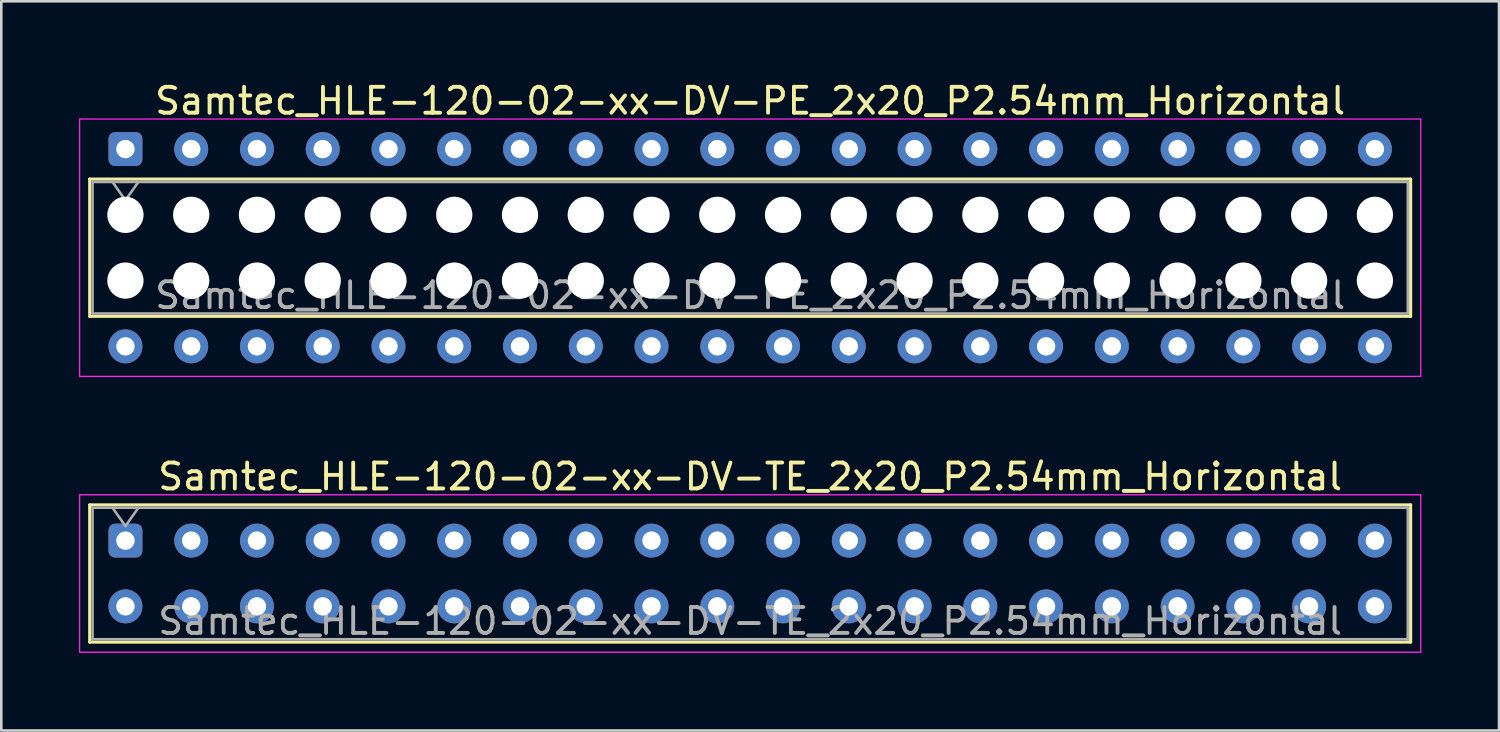
<source format=kicad_pcb>
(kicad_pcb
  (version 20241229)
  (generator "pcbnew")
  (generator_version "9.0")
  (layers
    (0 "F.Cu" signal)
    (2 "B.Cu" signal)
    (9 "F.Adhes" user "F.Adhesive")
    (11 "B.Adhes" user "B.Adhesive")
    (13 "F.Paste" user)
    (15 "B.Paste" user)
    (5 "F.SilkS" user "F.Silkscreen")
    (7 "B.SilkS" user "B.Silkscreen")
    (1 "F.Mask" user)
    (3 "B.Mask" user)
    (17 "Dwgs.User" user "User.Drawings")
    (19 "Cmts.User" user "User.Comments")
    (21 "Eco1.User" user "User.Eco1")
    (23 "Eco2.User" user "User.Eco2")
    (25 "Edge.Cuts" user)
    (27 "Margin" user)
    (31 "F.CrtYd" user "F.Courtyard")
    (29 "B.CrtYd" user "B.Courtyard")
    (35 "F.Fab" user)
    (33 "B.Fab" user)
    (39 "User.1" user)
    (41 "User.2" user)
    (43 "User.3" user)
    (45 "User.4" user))
  (footprint "Samtec_HLE-120-02-xx-DV-TE_2x20_P2.54mm_Horizontal"
    (layer "F.Cu")
    (at 1.795 17.831)
    (property "Reference" "Samtec_HLE-120-02-xx-DV-TE_2x20_P2.54mm_Horizontal" (at 24.13 -2.47 0) (layer "F.SilkS") (effects (font (size 1 1) (thickness 0.15))))
    (attr through_hole)
    (fp_line (start -1.38 -1.38) (end 49.64 -1.38) (stroke (width 0.12) (type solid)) (layer "F.SilkS"))
    (fp_line (start -1.38 3.92) (end -1.38 -1.38) (stroke (width 0.12) (type solid)) (layer "F.SilkS"))
    (fp_line (start 49.64 -1.38) (end 49.64 3.92) (stroke (width 0.12) (type solid)) (layer "F.SilkS"))
    (fp_line (start 49.64 3.92) (end -1.38 3.92) (stroke (width 0.12) (type solid)) (layer "F.SilkS"))
    (fp_line (start -1.77 -1.77) (end 50.03 -1.77) (stroke (width 0.05) (type solid)) (layer "F.CrtYd"))
    (fp_line (start -1.77 4.31) (end -1.77 -1.77) (stroke (width 0.05) (type solid)) (layer "F.CrtYd"))
    (fp_line (start 50.03 -1.77) (end 50.03 4.31) (stroke (width 0.05) (type solid)) (layer "F.CrtYd"))
    (fp_line (start 50.03 4.31) (end -1.77 4.31) (stroke (width 0.05) (type solid)) (layer "F.CrtYd"))
    (fp_line (start -1.27 -1.27) (end 49.53 -1.27) (stroke (width 0.1) (type solid)) (layer "F.Fab"))
    (fp_line (start -1.27 3.81) (end -1.27 -1.27) (stroke (width 0.1) (type solid)) (layer "F.Fab"))
    (fp_line (start -0.5 -1.27) (end 0 -0.563) (stroke (width 0.1) (type solid)) (layer "F.Fab"))
    (fp_line (start 0 -0.563) (end 0.5 -1.27) (stroke (width 0.1) (type solid)) (layer "F.Fab"))
    (fp_line (start 49.53 -1.27) (end 49.53 3.81) (stroke (width 0.1) (type solid)) (layer "F.Fab"))
    (fp_line (start 49.53 3.81) (end -1.27 3.81) (stroke (width 0.1) (type solid)) (layer "F.Fab"))
    (fp_text user "${REFERENCE}" (at 24.13 3.11 0) (layer "F.Fab") (effects (font (size 1 1) (thickness 0.15))))
    (pad "1" thru_hole roundrect (at 0 0) (size 1.31 1.31) (drill 0.71) (layers "*.Cu" "*.Mask") (roundrect_rratio 0.191))
    (pad "2" thru_hole circle (at 0 2.54) (size 1.31 1.31) (drill 0.71) (layers "*.Cu" "*.Mask"))
    (pad "3" thru_hole circle (at 2.54 0) (size 1.31 1.31) (drill 0.71) (layers "*.Cu" "*.Mask"))
    (pad "4" thru_hole circle (at 2.54 2.54) (size 1.31 1.31) (drill 0.71) (layers "*.Cu" "*.Mask"))
    (pad "5" thru_hole circle (at 5.08 0) (size 1.31 1.31) (drill 0.71) (layers "*.Cu" "*.Mask"))
    (pad "6" thru_hole circle (at 5.08 2.54) (size 1.31 1.31) (drill 0.71) (layers "*.Cu" "*.Mask"))
    (pad "7" thru_hole circle (at 7.62 0) (size 1.31 1.31) (drill 0.71) (layers "*.Cu" "*.Mask"))
    (pad "8" thru_hole circle (at 7.62 2.54) (size 1.31 1.31) (drill 0.71) (layers "*.Cu" "*.Mask"))
    (pad "9" thru_hole circle (at 10.16 0) (size 1.31 1.31) (drill 0.71) (layers "*.Cu" "*.Mask"))
    (pad "10" thru_hole circle (at 10.16 2.54) (size 1.31 1.31) (drill 0.71) (layers "*.Cu" "*.Mask"))
    (pad "11" thru_hole circle (at 12.7 0) (size 1.31 1.31) (drill 0.71) (layers "*.Cu" "*.Mask"))
    (pad "12" thru_hole circle (at 12.7 2.54) (size 1.31 1.31) (drill 0.71) (layers "*.Cu" "*.Mask"))
    (pad "13" thru_hole circle (at 15.24 0) (size 1.31 1.31) (drill 0.71) (layers "*.Cu" "*.Mask"))
    (pad "14" thru_hole circle (at 15.24 2.54) (size 1.31 1.31) (drill 0.71) (layers "*.Cu" "*.Mask"))
    (pad "15" thru_hole circle (at 17.78 0) (size 1.31 1.31) (drill 0.71) (layers "*.Cu" "*.Mask"))
    (pad "16" thru_hole circle (at 17.78 2.54) (size 1.31 1.31) (drill 0.71) (layers "*.Cu" "*.Mask"))
    (pad "17" thru_hole circle (at 20.32 0) (size 1.31 1.31) (drill 0.71) (layers "*.Cu" "*.Mask"))
    (pad "18" thru_hole circle (at 20.32 2.54) (size 1.31 1.31) (drill 0.71) (layers "*.Cu" "*.Mask"))
    (pad "19" thru_hole circle (at 22.86 0) (size 1.31 1.31) (drill 0.71) (layers "*.Cu" "*.Mask"))
    (pad "20" thru_hole circle (at 22.86 2.54) (size 1.31 1.31) (drill 0.71) (layers "*.Cu" "*.Mask"))
    (pad "21" thru_hole circle (at 25.4 0) (size 1.31 1.31) (drill 0.71) (layers "*.Cu" "*.Mask"))
    (pad "22" thru_hole circle (at 25.4 2.54) (size 1.31 1.31) (drill 0.71) (layers "*.Cu" "*.Mask"))
    (pad "23" thru_hole circle (at 27.94 0) (size 1.31 1.31) (drill 0.71) (layers "*.Cu" "*.Mask"))
    (pad "24" thru_hole circle (at 27.94 2.54) (size 1.31 1.31) (drill 0.71) (layers "*.Cu" "*.Mask"))
    (pad "25" thru_hole circle (at 30.48 0) (size 1.31 1.31) (drill 0.71) (layers "*.Cu" "*.Mask"))
    (pad "26" thru_hole circle (at 30.48 2.54) (size 1.31 1.31) (drill 0.71) (layers "*.Cu" "*.Mask"))
    (pad "27" thru_hole circle (at 33.02 0) (size 1.31 1.31) (drill 0.71) (layers "*.Cu" "*.Mask"))
    (pad "28" thru_hole circle (at 33.02 2.54) (size 1.31 1.31) (drill 0.71) (layers "*.Cu" "*.Mask"))
    (pad "29" thru_hole circle (at 35.56 0) (size 1.31 1.31) (drill 0.71) (layers "*.Cu" "*.Mask"))
    (pad "30" thru_hole circle (at 35.56 2.54) (size 1.31 1.31) (drill 0.71) (layers "*.Cu" "*.Mask"))
    (pad "31" thru_hole circle (at 38.1 0) (size 1.31 1.31) (drill 0.71) (layers "*.Cu" "*.Mask"))
    (pad "32" thru_hole circle (at 38.1 2.54) (size 1.31 1.31) (drill 0.71) (layers "*.Cu" "*.Mask"))
    (pad "33" thru_hole circle (at 40.64 0) (size 1.31 1.31) (drill 0.71) (layers "*.Cu" "*.Mask"))
    (pad "34" thru_hole circle (at 40.64 2.54) (size 1.31 1.31) (drill 0.71) (layers "*.Cu" "*.Mask"))
    (pad "35" thru_hole circle (at 43.18 0) (size 1.31 1.31) (drill 0.71) (layers "*.Cu" "*.Mask"))
    (pad "36" thru_hole circle (at 43.18 2.54) (size 1.31 1.31) (drill 0.71) (layers "*.Cu" "*.Mask"))
    (pad "37" thru_hole circle (at 45.72 0) (size 1.31 1.31) (drill 0.71) (layers "*.Cu" "*.Mask"))
    (pad "38" thru_hole circle (at 45.72 2.54) (size 1.31 1.31) (drill 0.71) (layers "*.Cu" "*.Mask"))
    (pad "39" thru_hole circle (at 48.26 0) (size 1.31 1.31) (drill 0.71) (layers "*.Cu" "*.Mask"))
    (pad "40" thru_hole circle (at 48.26 2.54) (size 1.31 1.31) (drill 0.71) (layers "*.Cu" "*.Mask")))
  (footprint "Samtec_HLE-120-02-xx-DV-PE_2x20_P2.54mm_Horizontal"
    (layer "F.Cu")
    (at 1.795 2.708)
    (property "Reference" "Samtec_HLE-120-02-xx-DV-PE_2x20_P2.54mm_Horizontal" (at 24.13 -1.86 0) (layer "F.SilkS") (effects (font (size 1 1) (thickness 0.15))))
    (attr through_hole)
    (fp_line (start -1.38 1.16) (end 49.64 1.16) (stroke (width 0.12) (type solid)) (layer "F.SilkS"))
    (fp_line (start -1.38 6.46) (end -1.38 1.16) (stroke (width 0.12) (type solid)) (layer "F.SilkS"))
    (fp_line (start 49.64 1.16) (end 49.64 6.46) (stroke (width 0.12) (type solid)) (layer "F.SilkS"))
    (fp_line (start 49.64 6.46) (end -1.38 6.46) (stroke (width 0.12) (type solid)) (layer "F.SilkS"))
    (fp_line (start -1.77 -1.16) (end 50.03 -1.16) (stroke (width 0.05) (type solid)) (layer "F.CrtYd"))
    (fp_line (start -1.77 8.78) (end -1.77 -1.16) (stroke (width 0.05) (type solid)) (layer "F.CrtYd"))
    (fp_line (start 50.03 -1.16) (end 50.03 8.78) (stroke (width 0.05) (type solid)) (layer "F.CrtYd"))
    (fp_line (start 50.03 8.78) (end -1.77 8.78) (stroke (width 0.05) (type solid)) (layer "F.CrtYd"))
    (fp_line (start -1.27 1.27) (end 49.53 1.27) (stroke (width 0.1) (type solid)) (layer "F.Fab"))
    (fp_line (start -1.27 6.35) (end -1.27 1.27) (stroke (width 0.1) (type solid)) (layer "F.Fab"))
    (fp_line (start -0.5 1.27) (end 0 1.977) (stroke (width 0.1) (type solid)) (layer "F.Fab"))
    (fp_line (start 0 1.977) (end 0.5 1.27) (stroke (width 0.1) (type solid)) (layer "F.Fab"))
    (fp_line (start 49.53 1.27) (end 49.53 6.35) (stroke (width 0.1) (type solid)) (layer "F.Fab"))
    (fp_line (start 49.53 6.35) (end -1.27 6.35) (stroke (width 0.1) (type solid)) (layer "F.Fab"))
    (fp_text user "${REFERENCE}" (at 24.13 5.65 0) (layer "F.Fab") (effects (font (size 1 1) (thickness 0.15))))
    (pad "" np_thru_hole circle (at 0 2.54) (size 1.4 1.4) (drill 1.4) (layers "*.Cu" "*.Mask"))
    (pad "" np_thru_hole circle (at 0 5.08) (size 1.4 1.4) (drill 1.4) (layers "*.Cu" "*.Mask"))
    (pad "" np_thru_hole circle (at 2.54 2.54) (size 1.4 1.4) (drill 1.4) (layers "*.Cu" "*.Mask"))
    (pad "" np_thru_hole circle (at 2.54 5.08) (size 1.4 1.4) (drill 1.4) (layers "*.Cu" "*.Mask"))
    (pad "" np_thru_hole circle (at 5.08 2.54) (size 1.4 1.4) (drill 1.4) (layers "*.Cu" "*.Mask"))
    (pad "" np_thru_hole circle (at 5.08 5.08) (size 1.4 1.4) (drill 1.4) (layers "*.Cu" "*.Mask"))
    (pad "" np_thru_hole circle (at 7.62 2.54) (size 1.4 1.4) (drill 1.4) (layers "*.Cu" "*.Mask"))
    (pad "" np_thru_hole circle (at 7.62 5.08) (size 1.4 1.4) (drill 1.4) (layers "*.Cu" "*.Mask"))
    (pad "" np_thru_hole circle (at 10.16 2.54) (size 1.4 1.4) (drill 1.4) (layers "*.Cu" "*.Mask"))
    (pad "" np_thru_hole circle (at 10.16 5.08) (size 1.4 1.4) (drill 1.4) (layers "*.Cu" "*.Mask"))
    (pad "" np_thru_hole circle (at 12.7 2.54) (size 1.4 1.4) (drill 1.4) (layers "*.Cu" "*.Mask"))
    (pad "" np_thru_hole circle (at 12.7 5.08) (size 1.4 1.4) (drill 1.4) (layers "*.Cu" "*.Mask"))
    (pad "" np_thru_hole circle (at 15.24 2.54) (size 1.4 1.4) (drill 1.4) (layers "*.Cu" "*.Mask"))
    (pad "" np_thru_hole circle (at 15.24 5.08) (size 1.4 1.4) (drill 1.4) (layers "*.Cu" "*.Mask"))
    (pad "" np_thru_hole circle (at 17.78 2.54) (size 1.4 1.4) (drill 1.4) (layers "*.Cu" "*.Mask"))
    (pad "" np_thru_hole circle (at 17.78 5.08) (size 1.4 1.4) (drill 1.4) (layers "*.Cu" "*.Mask"))
    (pad "" np_thru_hole circle (at 20.32 2.54) (size 1.4 1.4) (drill 1.4) (layers "*.Cu" "*.Mask"))
    (pad "" np_thru_hole circle (at 20.32 5.08) (size 1.4 1.4) (drill 1.4) (layers "*.Cu" "*.Mask"))
    (pad "" np_thru_hole circle (at 22.86 2.54) (size 1.4 1.4) (drill 1.4) (layers "*.Cu" "*.Mask"))
    (pad "" np_thru_hole circle (at 22.86 5.08) (size 1.4 1.4) (drill 1.4) (layers "*.Cu" "*.Mask"))
    (pad "" np_thru_hole circle (at 25.4 2.54) (size 1.4 1.4) (drill 1.4) (layers "*.Cu" "*.Mask"))
    (pad "" np_thru_hole circle (at 25.4 5.08) (size 1.4 1.4) (drill 1.4) (layers "*.Cu" "*.Mask"))
    (pad "" np_thru_hole circle (at 27.94 2.54) (size 1.4 1.4) (drill 1.4) (layers "*.Cu" "*.Mask"))
    (pad "" np_thru_hole circle (at 27.94 5.08) (size 1.4 1.4) (drill 1.4) (layers "*.Cu" "*.Mask"))
    (pad "" np_thru_hole circle (at 30.48 2.54) (size 1.4 1.4) (drill 1.4) (layers "*.Cu" "*.Mask"))
    (pad "" np_thru_hole circle (at 30.48 5.08) (size 1.4 1.4) (drill 1.4) (layers "*.Cu" "*.Mask"))
    (pad "" np_thru_hole circle (at 33.02 2.54) (size 1.4 1.4) (drill 1.4) (layers "*.Cu" "*.Mask"))
    (pad "" np_thru_hole circle (at 33.02 5.08) (size 1.4 1.4) (drill 1.4) (layers "*.Cu" "*.Mask"))
    (pad "" np_thru_hole circle (at 35.56 2.54) (size 1.4 1.4) (drill 1.4) (layers "*.Cu" "*.Mask"))
    (pad "" np_thru_hole circle (at 35.56 5.08) (size 1.4 1.4) (drill 1.4) (layers "*.Cu" "*.Mask"))
    (pad "" np_thru_hole circle (at 38.1 2.54) (size 1.4 1.4) (drill 1.4) (layers "*.Cu" "*.Mask"))
    (pad "" np_thru_hole circle (at 38.1 5.08) (size 1.4 1.4) (drill 1.4) (layers "*.Cu" "*.Mask"))
    (pad "" np_thru_hole circle (at 40.64 2.54) (size 1.4 1.4) (drill 1.4) (layers "*.Cu" "*.Mask"))
    (pad "" np_thru_hole circle (at 40.64 5.08) (size 1.4 1.4) (drill 1.4) (layers "*.Cu" "*.Mask"))
    (pad "" np_thru_hole circle (at 43.18 2.54) (size 1.4 1.4) (drill 1.4) (layers "*.Cu" "*.Mask"))
    (pad "" np_thru_hole circle (at 43.18 5.08) (size 1.4 1.4) (drill 1.4) (layers "*.Cu" "*.Mask"))
    (pad "" np_thru_hole circle (at 45.72 2.54) (size 1.4 1.4) (drill 1.4) (layers "*.Cu" "*.Mask"))
    (pad "" np_thru_hole circle (at 45.72 5.08) (size 1.4 1.4) (drill 1.4) (layers "*.Cu" "*.Mask"))
    (pad "" np_thru_hole circle (at 48.26 2.54) (size 1.4 1.4) (drill 1.4) (layers "*.Cu" "*.Mask"))
    (pad "" np_thru_hole circle (at 48.26 5.08) (size 1.4 1.4) (drill 1.4) (layers "*.Cu" "*.Mask"))
    (pad "1" thru_hole roundrect (at 0 0) (size 1.31 1.31) (drill 0.71) (layers "*.Cu" "*.Mask") (roundrect_rratio 0.191))
    (pad "2" thru_hole circle (at 0 7.62) (size 1.31 1.31) (drill 0.71) (layers "*.Cu" "*.Mask"))
    (pad "3" thru_hole circle (at 2.54 0) (size 1.31 1.31) (drill 0.71) (layers "*.Cu" "*.Mask"))
    (pad "4" thru_hole circle (at 2.54 7.62) (size 1.31 1.31) (drill 0.71) (layers "*.Cu" "*.Mask"))
    (pad "5" thru_hole circle (at 5.08 0) (size 1.31 1.31) (drill 0.71) (layers "*.Cu" "*.Mask"))
    (pad "6" thru_hole circle (at 5.08 7.62) (size 1.31 1.31) (drill 0.71) (layers "*.Cu" "*.Mask"))
    (pad "7" thru_hole circle (at 7.62 0) (size 1.31 1.31) (drill 0.71) (layers "*.Cu" "*.Mask"))
    (pad "8" thru_hole circle (at 7.62 7.62) (size 1.31 1.31) (drill 0.71) (layers "*.Cu" "*.Mask"))
    (pad "9" thru_hole circle (at 10.16 0) (size 1.31 1.31) (drill 0.71) (layers "*.Cu" "*.Mask"))
    (pad "10" thru_hole circle (at 10.16 7.62) (size 1.31 1.31) (drill 0.71) (layers "*.Cu" "*.Mask"))
    (pad "11" thru_hole circle (at 12.7 0) (size 1.31 1.31) (drill 0.71) (layers "*.Cu" "*.Mask"))
    (pad "12" thru_hole circle (at 12.7 7.62) (size 1.31 1.31) (drill 0.71) (layers "*.Cu" "*.Mask"))
    (pad "13" thru_hole circle (at 15.24 0) (size 1.31 1.31) (drill 0.71) (layers "*.Cu" "*.Mask"))
    (pad "14" thru_hole circle (at 15.24 7.62) (size 1.31 1.31) (drill 0.71) (layers "*.Cu" "*.Mask"))
    (pad "15" thru_hole circle (at 17.78 0) (size 1.31 1.31) (drill 0.71) (layers "*.Cu" "*.Mask"))
    (pad "16" thru_hole circle (at 17.78 7.62) (size 1.31 1.31) (drill 0.71) (layers "*.Cu" "*.Mask"))
    (pad "17" thru_hole circle (at 20.32 0) (size 1.31 1.31) (drill 0.71) (layers "*.Cu" "*.Mask"))
    (pad "18" thru_hole circle (at 20.32 7.62) (size 1.31 1.31) (drill 0.71) (layers "*.Cu" "*.Mask"))
    (pad "19" thru_hole circle (at 22.86 0) (size 1.31 1.31) (drill 0.71) (layers "*.Cu" "*.Mask"))
    (pad "20" thru_hole circle (at 22.86 7.62) (size 1.31 1.31) (drill 0.71) (layers "*.Cu" "*.Mask"))
    (pad "21" thru_hole circle (at 25.4 0) (size 1.31 1.31) (drill 0.71) (layers "*.Cu" "*.Mask"))
    (pad "22" thru_hole circle (at 25.4 7.62) (size 1.31 1.31) (drill 0.71) (layers "*.Cu" "*.Mask"))
    (pad "23" thru_hole circle (at 27.94 0) (size 1.31 1.31) (drill 0.71) (layers "*.Cu" "*.Mask"))
    (pad "24" thru_hole circle (at 27.94 7.62) (size 1.31 1.31) (drill 0.71) (layers "*.Cu" "*.Mask"))
    (pad "25" thru_hole circle (at 30.48 0) (size 1.31 1.31) (drill 0.71) (layers "*.Cu" "*.Mask"))
    (pad "26" thru_hole circle (at 30.48 7.62) (size 1.31 1.31) (drill 0.71) (layers "*.Cu" "*.Mask"))
    (pad "27" thru_hole circle (at 33.02 0) (size 1.31 1.31) (drill 0.71) (layers "*.Cu" "*.Mask"))
    (pad "28" thru_hole circle (at 33.02 7.62) (size 1.31 1.31) (drill 0.71) (layers "*.Cu" "*.Mask"))
    (pad "29" thru_hole circle (at 35.56 0) (size 1.31 1.31) (drill 0.71) (layers "*.Cu" "*.Mask"))
    (pad "30" thru_hole circle (at 35.56 7.62) (size 1.31 1.31) (drill 0.71) (layers "*.Cu" "*.Mask"))
    (pad "31" thru_hole circle (at 38.1 0) (size 1.31 1.31) (drill 0.71) (layers "*.Cu" "*.Mask"))
    (pad "32" thru_hole circle (at 38.1 7.62) (size 1.31 1.31) (drill 0.71) (layers "*.Cu" "*.Mask"))
    (pad "33" thru_hole circle (at 40.64 0) (size 1.31 1.31) (drill 0.71) (layers "*.Cu" "*.Mask"))
    (pad "34" thru_hole circle (at 40.64 7.62) (size 1.31 1.31) (drill 0.71) (layers "*.Cu" "*.Mask"))
    (pad "35" thru_hole circle (at 43.18 0) (size 1.31 1.31) (drill 0.71) (layers "*.Cu" "*.Mask"))
    (pad "36" thru_hole circle (at 43.18 7.62) (size 1.31 1.31) (drill 0.71) (layers "*.Cu" "*.Mask"))
    (pad "37" thru_hole circle (at 45.72 0) (size 1.31 1.31) (drill 0.71) (layers "*.Cu" "*.Mask"))
    (pad "38" thru_hole circle (at 45.72 7.62) (size 1.31 1.31) (drill 0.71) (layers "*.Cu" "*.Mask"))
    (pad "39" thru_hole circle (at 48.26 0) (size 1.31 1.31) (drill 0.71) (layers "*.Cu" "*.Mask"))
    (pad "40" thru_hole circle (at 48.26 7.62) (size 1.31 1.31) (drill 0.71) (layers "*.Cu" "*.Mask")))
  (gr_rect
    (start -3 -3)
    (end 54.85 25.166)
    (stroke (width 0.1) (type default))
    (fill no)
    (layer "Edge.Cuts")))
</source>
